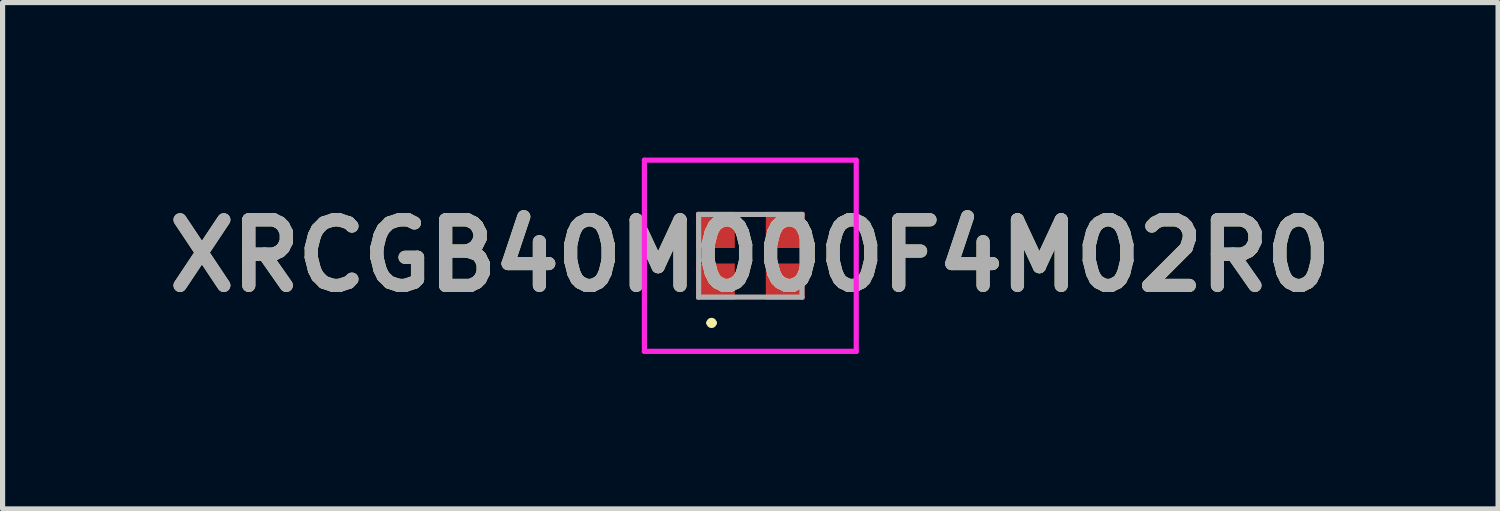
<source format=kicad_pcb>
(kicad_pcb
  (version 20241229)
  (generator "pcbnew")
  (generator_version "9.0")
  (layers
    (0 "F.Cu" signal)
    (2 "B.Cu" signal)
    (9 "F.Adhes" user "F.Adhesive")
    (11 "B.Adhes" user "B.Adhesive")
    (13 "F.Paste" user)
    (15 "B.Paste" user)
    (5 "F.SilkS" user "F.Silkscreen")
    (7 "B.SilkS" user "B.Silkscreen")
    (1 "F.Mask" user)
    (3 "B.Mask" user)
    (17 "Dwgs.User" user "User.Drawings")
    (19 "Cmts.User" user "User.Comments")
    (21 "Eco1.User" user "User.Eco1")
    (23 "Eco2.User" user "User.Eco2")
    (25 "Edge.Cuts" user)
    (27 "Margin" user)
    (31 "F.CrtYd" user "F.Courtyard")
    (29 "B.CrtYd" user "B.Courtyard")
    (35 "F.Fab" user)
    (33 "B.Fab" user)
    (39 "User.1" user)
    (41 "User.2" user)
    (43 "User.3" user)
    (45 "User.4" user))
  (footprint "XRCGB40M000F4M02R0"
    (layer "F.Cu")
    (at 11.472 1.9)
    (property "Reference" "XRCGB40M000F4M02R0" (at 0 0 0) (layer "F.SilkS") (effects (font (size 1.27 1.27) (thickness 0.254))))
    (attr smd)
    (fp_line (start -0.8 1.3) (end -0.8 1.3) (stroke (width 0.1) (type solid)) (layer "F.SilkS"))
    (fp_line (start -0.7 1.3) (end -0.7 1.3) (stroke (width 0.1) (type solid)) (layer "F.SilkS"))
    (fp_arc (start -0.8 1.3) (mid -0.75 1.25) (end -0.7 1.3) (stroke (width 0.1) (type solid)) (layer "F.SilkS"))
    (fp_arc (start -0.7 1.3) (mid -0.75 1.35) (end -0.8 1.3) (stroke (width 0.1) (type solid)) (layer "F.SilkS"))
    (fp_line (start -2.05 -1.85) (end 2.05 -1.85) (stroke (width 0.1) (type solid)) (layer "F.CrtYd"))
    (fp_line (start -2.05 1.85) (end -2.05 -1.85) (stroke (width 0.1) (type solid)) (layer "F.CrtYd"))
    (fp_line (start 2.05 -1.85) (end 2.05 1.85) (stroke (width 0.1) (type solid)) (layer "F.CrtYd"))
    (fp_line (start 2.05 1.85) (end -2.05 1.85) (stroke (width 0.1) (type solid)) (layer "F.CrtYd"))
    (fp_line (start -1 -0.8) (end 1 -0.8) (stroke (width 0.1) (type solid)) (layer "F.Fab"))
    (fp_line (start -1 0.8) (end -1 -0.8) (stroke (width 0.1) (type solid)) (layer "F.Fab"))
    (fp_line (start 1 -0.8) (end 1 0.8) (stroke (width 0.1) (type solid)) (layer "F.Fab"))
    (fp_line (start 1 0.8) (end -1 0.8) (stroke (width 0.1) (type solid)) (layer "F.Fab"))
    (fp_text user "${REFERENCE}" (at 0 0 0) (layer "F.Fab") (effects (font (size 1.27 1.27) (thickness 0.254))))
    (pad "1" smd rect (at -0.675 0.5 90) (size 0.7 0.75) (layers "F.Cu" "F.Mask" "F.Paste"))
    (pad "2" smd rect (at 0.675 0.5 90) (size 0.7 0.75) (layers "F.Cu" "F.Mask" "F.Paste"))
    (pad "3" smd rect (at 0.675 -0.5 90) (size 0.7 0.75) (layers "F.Cu" "F.Mask" "F.Paste"))
    (pad "4" smd rect (at -0.675 -0.5 90) (size 0.7 0.75) (layers "F.Cu" "F.Mask" "F.Paste")))
  (gr_rect
    (start -3 -3)
    (end 25.945 6.8)
    (stroke (width 0.1) (type default))
    (fill no)
    (layer "Edge.Cuts")))
</source>
